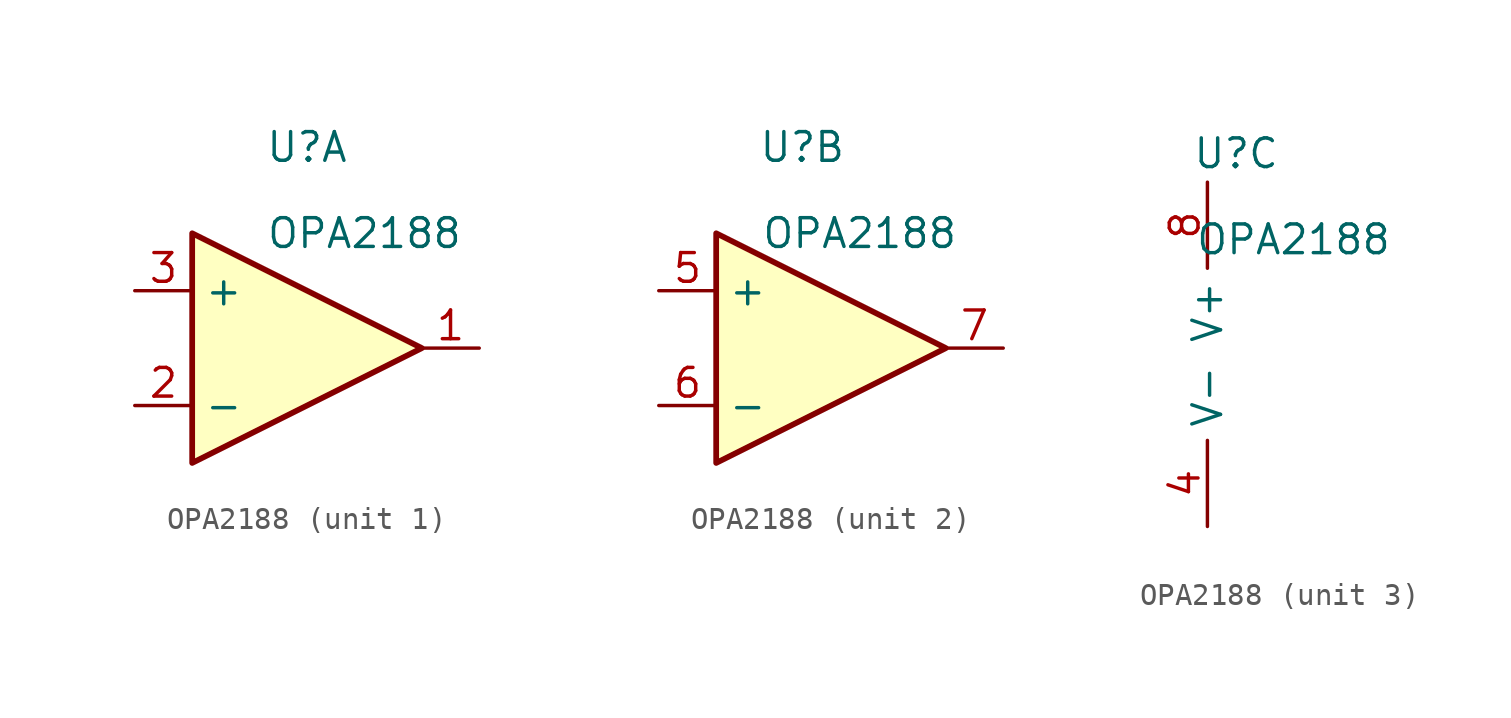
<source format=kicad_sym>
(kicad_symbol_lib
  (version 20220914)
  (generator kicad_symbol_editor)
  (symbol "OPA2188"
    (property "Reference" "U"
      (at 1.27 8.89 0)
      (effects (font (size 1.27 1.27))))
    (property "Value" "OPA2188"
      (at 3.81 5.08 0)
      (effects (font (size 1.27 1.27))))
    (symbol "OPA2188_1_1"
      (polyline (pts (xy 6.35 0) (xy -3.81 5.08) (xy -3.81 -5.08) (xy 6.35 0)) (stroke (width 0.254) (type default)) (fill (type background)))
      (pin output line (at 8.89 0 180) (length 2.54) (name "~" (effects (font (size 1.27 1.27)))) (number "1" (effects (font (size 1.27 1.27)))))
      (pin input line (at -6.35 -2.54 0) (length 2.54) (name "-" (effects (font (size 1.27 1.27)))) (number "2" (effects (font (size 1.27 1.27)))))
      (pin input line (at -6.35 2.54 0) (length 2.54) (name "+" (effects (font (size 1.27 1.27)))) (number "3" (effects (font (size 1.27 1.27))))))
    (symbol "OPA2188_2_1"
      (polyline (pts (xy 7.62 0) (xy -2.54 5.08) (xy -2.54 -5.08) (xy 7.62 0)) (stroke (width 0.254) (type default)) (fill (type background)))
      (pin input line (at -5.08 2.54 0) (length 2.54) (name "+" (effects (font (size 1.27 1.27)))) (number "5" (effects (font (size 1.27 1.27)))))
      (pin input line (at -5.08 -2.54 0) (length 2.54) (name "-" (effects (font (size 1.27 1.27)))) (number "6" (effects (font (size 1.27 1.27)))))
      (pin output line (at 10.16 0 180) (length 2.54) (name "~" (effects (font (size 1.27 1.27)))) (number "7" (effects (font (size 1.27 1.27))))))
    (symbol "OPA2188_3_1"
      (pin power_in line (at 0 -7.62 90) (length 3.81) (name "V-" (effects (font (size 1.27 1.27)))) (number "4" (effects (font (size 1.27 1.27)))))
      (pin power_in line (at 0 7.62 270) (length 3.81) (name "V+" (effects (font (size 1.27 1.27)))) (number "8" (effects (font (size 1.27 1.27))))))))
</source>
